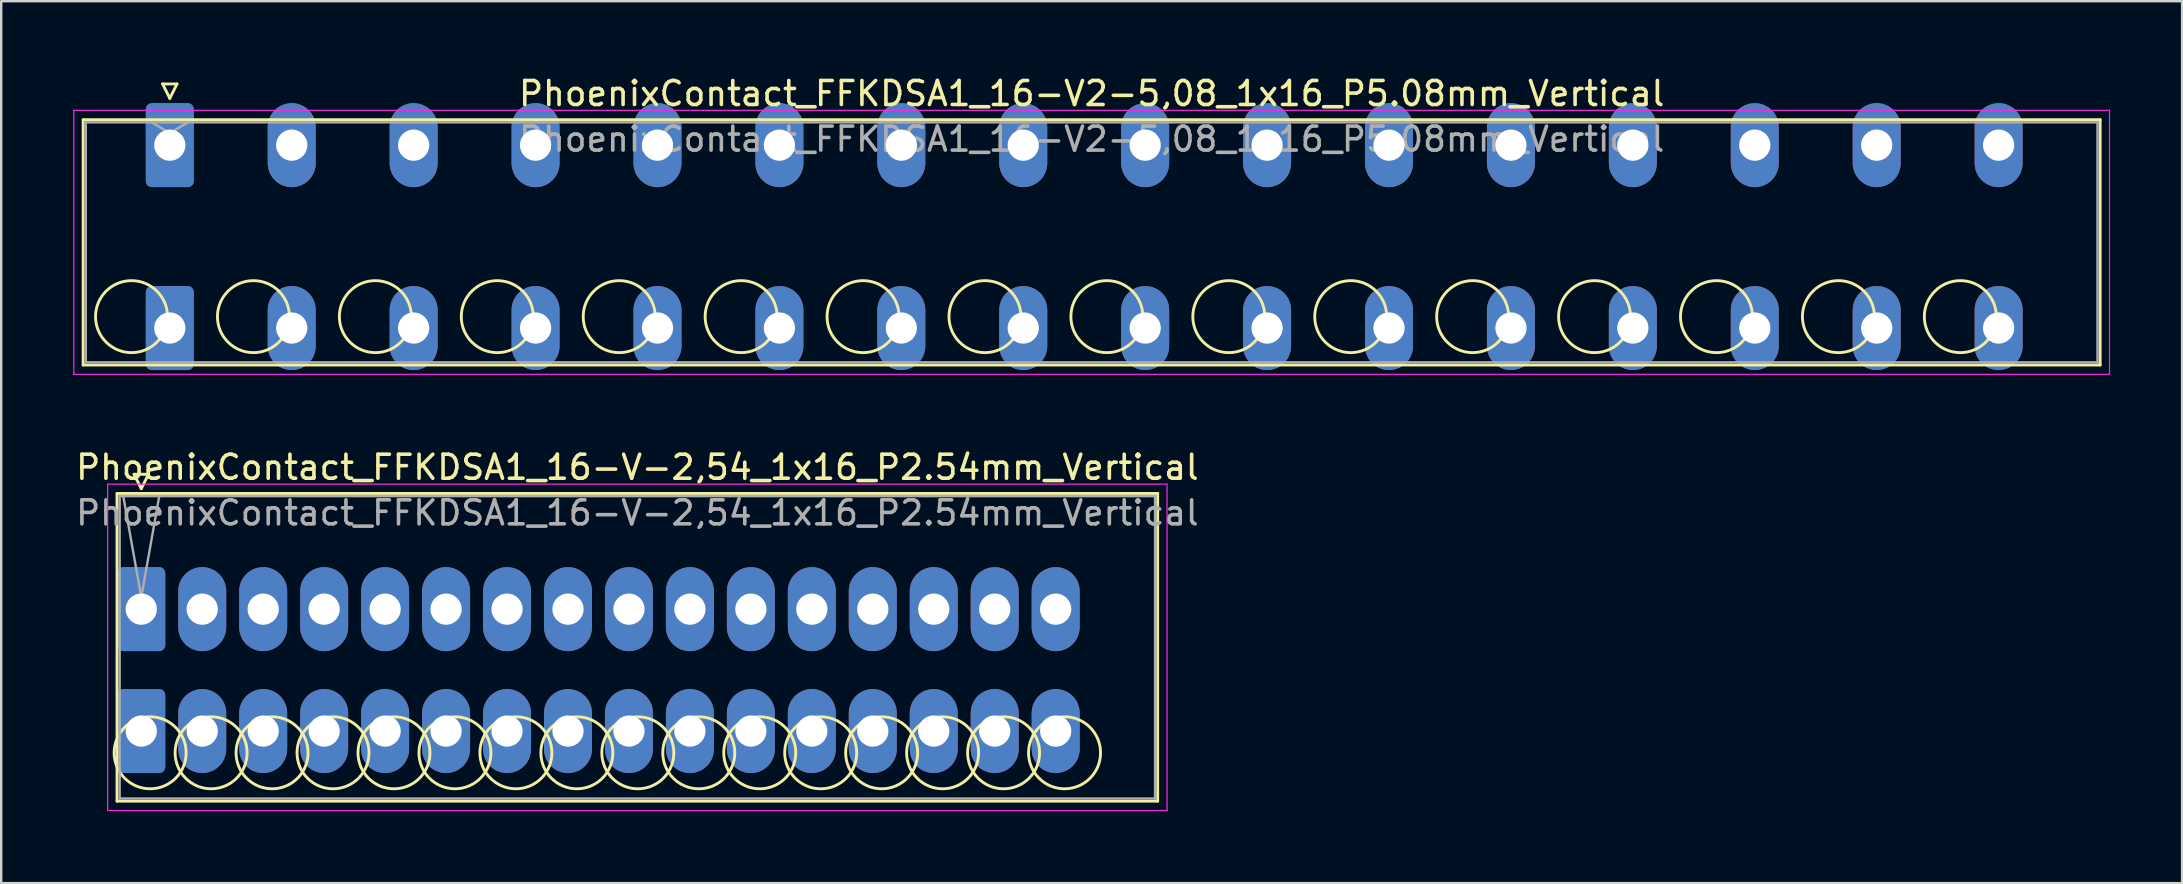
<source format=kicad_pcb>
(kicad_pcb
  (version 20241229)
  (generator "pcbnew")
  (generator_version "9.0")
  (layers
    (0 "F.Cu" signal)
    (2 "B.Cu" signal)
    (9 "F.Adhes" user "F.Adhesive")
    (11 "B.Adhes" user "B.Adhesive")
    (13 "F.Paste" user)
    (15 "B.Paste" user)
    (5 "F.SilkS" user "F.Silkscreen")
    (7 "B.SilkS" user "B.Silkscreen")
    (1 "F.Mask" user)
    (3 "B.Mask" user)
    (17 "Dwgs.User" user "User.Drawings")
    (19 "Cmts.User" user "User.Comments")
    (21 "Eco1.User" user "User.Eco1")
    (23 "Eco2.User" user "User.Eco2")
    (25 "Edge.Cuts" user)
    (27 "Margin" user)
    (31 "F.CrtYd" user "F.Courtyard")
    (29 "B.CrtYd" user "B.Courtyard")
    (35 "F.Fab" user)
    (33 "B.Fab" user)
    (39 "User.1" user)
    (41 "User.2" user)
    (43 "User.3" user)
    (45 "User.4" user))
  (footprint "PhoenixContact_FFKDSA1_16-V-2,54_1x16_P2.54mm_Vertical"
    (layer "F.Cu")
    (at 2.836 22.331)
    (property "Reference" "PhoenixContact_FFKDSA1_16-V-2,54_1x16_P2.54mm_Vertical" (at 20.67 -5.91 0) (layer "F.SilkS") (effects (font (size 1 1) (thickness 0.15))))
    (attr through_hole)
    (fp_line (start -1.01 -4.82) (end -1.01 8) (stroke (width 0.12) (type solid)) (layer "F.SilkS"))
    (fp_line (start -1.01 8) (end 42.35 8) (stroke (width 0.12) (type solid)) (layer "F.SilkS"))
    (fp_line (start -0.3 -5.62) (end 0.3 -5.62) (stroke (width 0.12) (type solid)) (layer "F.SilkS"))
    (fp_line (start 0 -5.02) (end -0.3 -5.62) (stroke (width 0.12) (type solid)) (layer "F.SilkS"))
    (fp_line (start 0.3 -5.62) (end 0 -5.02) (stroke (width 0.12) (type solid)) (layer "F.SilkS"))
    (fp_line (start 42.35 -4.82) (end -1.01 -4.82) (stroke (width 0.12) (type solid)) (layer "F.SilkS"))
    (fp_line (start 42.35 8) (end 42.35 -4.82) (stroke (width 0.12) (type solid)) (layer "F.SilkS"))
    (fp_circle (center 0.37 5.985) (end 1.87 5.985) (stroke (width 0.12) (type solid)) (fill no) (layer "F.SilkS"))
    (fp_circle (center 2.91 5.985) (end 4.41 5.985) (stroke (width 0.12) (type solid)) (fill no) (layer "F.SilkS"))
    (fp_circle (center 5.45 5.985) (end 6.95 5.985) (stroke (width 0.12) (type solid)) (fill no) (layer "F.SilkS"))
    (fp_circle (center 7.99 5.985) (end 9.49 5.985) (stroke (width 0.12) (type solid)) (fill no) (layer "F.SilkS"))
    (fp_circle (center 10.53 5.985) (end 12.03 5.985) (stroke (width 0.12) (type solid)) (fill no) (layer "F.SilkS"))
    (fp_circle (center 13.07 5.985) (end 14.57 5.985) (stroke (width 0.12) (type solid)) (fill no) (layer "F.SilkS"))
    (fp_circle (center 15.61 5.985) (end 17.11 5.985) (stroke (width 0.12) (type solid)) (fill no) (layer "F.SilkS"))
    (fp_circle (center 18.15 5.985) (end 19.65 5.985) (stroke (width 0.12) (type solid)) (fill no) (layer "F.SilkS"))
    (fp_circle (center 20.69 5.985) (end 22.19 5.985) (stroke (width 0.12) (type solid)) (fill no) (layer "F.SilkS"))
    (fp_circle (center 23.23 5.985) (end 24.73 5.985) (stroke (width 0.12) (type solid)) (fill no) (layer "F.SilkS"))
    (fp_circle (center 25.77 5.985) (end 27.27 5.985) (stroke (width 0.12) (type solid)) (fill no) (layer "F.SilkS"))
    (fp_circle (center 28.31 5.985) (end 29.81 5.985) (stroke (width 0.12) (type solid)) (fill no) (layer "F.SilkS"))
    (fp_circle (center 30.85 5.985) (end 32.35 5.985) (stroke (width 0.12) (type solid)) (fill no) (layer "F.SilkS"))
    (fp_circle (center 33.39 5.985) (end 34.89 5.985) (stroke (width 0.12) (type solid)) (fill no) (layer "F.SilkS"))
    (fp_circle (center 35.93 5.985) (end 37.43 5.985) (stroke (width 0.12) (type solid)) (fill no) (layer "F.SilkS"))
    (fp_circle (center 38.47 5.985) (end 39.97 5.985) (stroke (width 0.12) (type solid)) (fill no) (layer "F.SilkS"))
    (fp_line (start -1.4 -5.21) (end -1.4 8.39) (stroke (width 0.05) (type solid)) (layer "F.CrtYd"))
    (fp_line (start -1.4 8.39) (end 42.74 8.39) (stroke (width 0.05) (type solid)) (layer "F.CrtYd"))
    (fp_line (start 42.74 -5.21) (end -1.4 -5.21) (stroke (width 0.05) (type solid)) (layer "F.CrtYd"))
    (fp_line (start 42.74 8.39) (end 42.74 -5.21) (stroke (width 0.05) (type solid)) (layer "F.CrtYd"))
    (fp_line (start -0.9 -4.71) (end -0.9 7.89) (stroke (width 0.1) (type solid)) (layer "F.Fab"))
    (fp_line (start -0.9 7.89) (end 42.24 7.89) (stroke (width 0.1) (type solid)) (layer "F.Fab"))
    (fp_line (start 0 -0.5) (end -0.75 -4.71) (stroke (width 0.1) (type solid)) (layer "F.Fab"))
    (fp_line (start 0.75 -4.71) (end 0 -0.5) (stroke (width 0.1) (type solid)) (layer "F.Fab"))
    (fp_line (start 42.24 -4.71) (end -0.9 -4.71) (stroke (width 0.1) (type solid)) (layer "F.Fab"))
    (fp_line (start 42.24 7.89) (end 42.24 -4.71) (stroke (width 0.1) (type solid)) (layer "F.Fab"))
    (fp_text user "${REFERENCE}" (at 20.67 -4.01 0) (layer "F.Fab") (effects (font (size 1 1) (thickness 0.15))))
    (pad "1" thru_hole roundrect (at 0 0) (size 2 3.5) (drill 1.3) (layers "*.Cu" "*.Mask") (roundrect_rratio 0.125))
    (pad "1" thru_hole roundrect (at 0 5.08) (size 2 3.5) (drill 1.3) (layers "*.Cu" "*.Mask") (roundrect_rratio 0.125))
    (pad "2" thru_hole oval (at 2.54 0) (size 2 3.5) (drill 1.3) (layers "*.Cu" "*.Mask"))
    (pad "2" thru_hole oval (at 2.54 5.08) (size 2 3.5) (drill 1.3) (layers "*.Cu" "*.Mask"))
    (pad "3" thru_hole oval (at 5.08 0) (size 2 3.5) (drill 1.3) (layers "*.Cu" "*.Mask"))
    (pad "3" thru_hole oval (at 5.08 5.08) (size 2 3.5) (drill 1.3) (layers "*.Cu" "*.Mask"))
    (pad "4" thru_hole oval (at 7.62 0) (size 2 3.5) (drill 1.3) (layers "*.Cu" "*.Mask"))
    (pad "4" thru_hole oval (at 7.62 5.08) (size 2 3.5) (drill 1.3) (layers "*.Cu" "*.Mask"))
    (pad "5" thru_hole oval (at 10.16 0) (size 2 3.5) (drill 1.3) (layers "*.Cu" "*.Mask"))
    (pad "5" thru_hole oval (at 10.16 5.08) (size 2 3.5) (drill 1.3) (layers "*.Cu" "*.Mask"))
    (pad "6" thru_hole oval (at 12.7 0) (size 2 3.5) (drill 1.3) (layers "*.Cu" "*.Mask"))
    (pad "6" thru_hole oval (at 12.7 5.08) (size 2 3.5) (drill 1.3) (layers "*.Cu" "*.Mask"))
    (pad "7" thru_hole oval (at 15.24 0) (size 2 3.5) (drill 1.3) (layers "*.Cu" "*.Mask"))
    (pad "7" thru_hole oval (at 15.24 5.08) (size 2 3.5) (drill 1.3) (layers "*.Cu" "*.Mask"))
    (pad "8" thru_hole oval (at 17.78 0) (size 2 3.5) (drill 1.3) (layers "*.Cu" "*.Mask"))
    (pad "8" thru_hole oval (at 17.78 5.08) (size 2 3.5) (drill 1.3) (layers "*.Cu" "*.Mask"))
    (pad "9" thru_hole oval (at 20.32 0) (size 2 3.5) (drill 1.3) (layers "*.Cu" "*.Mask"))
    (pad "9" thru_hole oval (at 20.32 5.08) (size 2 3.5) (drill 1.3) (layers "*.Cu" "*.Mask"))
    (pad "10" thru_hole oval (at 22.86 0) (size 2 3.5) (drill 1.3) (layers "*.Cu" "*.Mask"))
    (pad "10" thru_hole oval (at 22.86 5.08) (size 2 3.5) (drill 1.3) (layers "*.Cu" "*.Mask"))
    (pad "11" thru_hole oval (at 25.4 0) (size 2 3.5) (drill 1.3) (layers "*.Cu" "*.Mask"))
    (pad "11" thru_hole oval (at 25.4 5.08) (size 2 3.5) (drill 1.3) (layers "*.Cu" "*.Mask"))
    (pad "12" thru_hole oval (at 27.94 0) (size 2 3.5) (drill 1.3) (layers "*.Cu" "*.Mask"))
    (pad "12" thru_hole oval (at 27.94 5.08) (size 2 3.5) (drill 1.3) (layers "*.Cu" "*.Mask"))
    (pad "13" thru_hole oval (at 30.48 0) (size 2 3.5) (drill 1.3) (layers "*.Cu" "*.Mask"))
    (pad "13" thru_hole oval (at 30.48 5.08) (size 2 3.5) (drill 1.3) (layers "*.Cu" "*.Mask"))
    (pad "14" thru_hole oval (at 33.02 0) (size 2 3.5) (drill 1.3) (layers "*.Cu" "*.Mask"))
    (pad "14" thru_hole oval (at 33.02 5.08) (size 2 3.5) (drill 1.3) (layers "*.Cu" "*.Mask"))
    (pad "15" thru_hole oval (at 35.56 0) (size 2 3.5) (drill 1.3) (layers "*.Cu" "*.Mask"))
    (pad "15" thru_hole oval (at 35.56 5.08) (size 2 3.5) (drill 1.3) (layers "*.Cu" "*.Mask"))
    (pad "16" thru_hole oval (at 38.1 0) (size 2 3.5) (drill 1.3) (layers "*.Cu" "*.Mask"))
    (pad "16" thru_hole oval (at 38.1 5.08) (size 2 3.5) (drill 1.3) (layers "*.Cu" "*.Mask")))
  (footprint "PhoenixContact_FFKDSA1_16-V2-5,08_1x16_P5.08mm_Vertical"
    (layer "F.Cu")
    (at 4.025 2.998)
    (property "Reference" "PhoenixContact_FFKDSA1_16-V2-5,08_1x16_P5.08mm_Vertical" (at 38.41 -2.15 0) (layer "F.SilkS") (effects (font (size 1 1) (thickness 0.15))))
    (attr through_hole)
    (fp_line (start -3.61 -1.06) (end -3.61 9.16) (stroke (width 0.12) (type solid)) (layer "F.SilkS"))
    (fp_line (start -3.61 9.16) (end 80.43 9.16) (stroke (width 0.12) (type solid)) (layer "F.SilkS"))
    (fp_line (start -0.3 -2.55) (end 0.3 -2.55) (stroke (width 0.12) (type solid)) (layer "F.SilkS"))
    (fp_line (start 0 -1.95) (end -0.3 -2.55) (stroke (width 0.12) (type solid)) (layer "F.SilkS"))
    (fp_line (start 0.3 -2.55) (end 0 -1.95) (stroke (width 0.12) (type solid)) (layer "F.SilkS"))
    (fp_line (start 80.43 -1.06) (end -3.61 -1.06) (stroke (width 0.12) (type solid)) (layer "F.SilkS"))
    (fp_line (start 80.43 9.16) (end 80.43 -1.06) (stroke (width 0.12) (type solid)) (layer "F.SilkS"))
    (fp_circle (center -1.595 7.145) (end -0.095 7.145) (stroke (width 0.12) (type solid)) (fill no) (layer "F.SilkS"))
    (fp_circle (center 3.485 7.145) (end 4.985 7.145) (stroke (width 0.12) (type solid)) (fill no) (layer "F.SilkS"))
    (fp_circle (center 8.565 7.145) (end 10.065 7.145) (stroke (width 0.12) (type solid)) (fill no) (layer "F.SilkS"))
    (fp_circle (center 13.645 7.145) (end 15.145 7.145) (stroke (width 0.12) (type solid)) (fill no) (layer "F.SilkS"))
    (fp_circle (center 18.725 7.145) (end 20.225 7.145) (stroke (width 0.12) (type solid)) (fill no) (layer "F.SilkS"))
    (fp_circle (center 23.805 7.145) (end 25.305 7.145) (stroke (width 0.12) (type solid)) (fill no) (layer "F.SilkS"))
    (fp_circle (center 28.885 7.145) (end 30.385 7.145) (stroke (width 0.12) (type solid)) (fill no) (layer "F.SilkS"))
    (fp_circle (center 33.965 7.145) (end 35.465 7.145) (stroke (width 0.12) (type solid)) (fill no) (layer "F.SilkS"))
    (fp_circle (center 39.045 7.145) (end 40.545 7.145) (stroke (width 0.12) (type solid)) (fill no) (layer "F.SilkS"))
    (fp_circle (center 44.125 7.145) (end 45.625 7.145) (stroke (width 0.12) (type solid)) (fill no) (layer "F.SilkS"))
    (fp_circle (center 49.205 7.145) (end 50.705 7.145) (stroke (width 0.12) (type solid)) (fill no) (layer "F.SilkS"))
    (fp_circle (center 54.285 7.145) (end 55.785 7.145) (stroke (width 0.12) (type solid)) (fill no) (layer "F.SilkS"))
    (fp_circle (center 59.365 7.145) (end 60.865 7.145) (stroke (width 0.12) (type solid)) (fill no) (layer "F.SilkS"))
    (fp_circle (center 64.445 7.145) (end 65.945 7.145) (stroke (width 0.12) (type solid)) (fill no) (layer "F.SilkS"))
    (fp_circle (center 69.525 7.145) (end 71.025 7.145) (stroke (width 0.12) (type solid)) (fill no) (layer "F.SilkS"))
    (fp_circle (center 74.605 7.145) (end 76.105 7.145) (stroke (width 0.12) (type solid)) (fill no) (layer "F.SilkS"))
    (fp_line (start -4 -1.45) (end -4 9.55) (stroke (width 0.05) (type solid)) (layer "F.CrtYd"))
    (fp_line (start -4 9.55) (end 80.82 9.55) (stroke (width 0.05) (type solid)) (layer "F.CrtYd"))
    (fp_line (start 80.82 -1.45) (end -4 -1.45) (stroke (width 0.05) (type solid)) (layer "F.CrtYd"))
    (fp_line (start 80.82 9.55) (end 80.82 -1.45) (stroke (width 0.05) (type solid)) (layer "F.CrtYd"))
    (fp_line (start -3.5 -0.95) (end -3.5 9.05) (stroke (width 0.1) (type solid)) (layer "F.Fab"))
    (fp_line (start -3.5 9.05) (end 80.32 9.05) (stroke (width 0.1) (type solid)) (layer "F.Fab"))
    (fp_line (start 0 -0.5) (end -0.75 -0.95) (stroke (width 0.1) (type solid)) (layer "F.Fab"))
    (fp_line (start 0.75 -0.95) (end 0 -0.5) (stroke (width 0.1) (type solid)) (layer "F.Fab"))
    (fp_line (start 80.32 -0.95) (end -3.5 -0.95) (stroke (width 0.1) (type solid)) (layer "F.Fab"))
    (fp_line (start 80.32 9.05) (end 80.32 -0.95) (stroke (width 0.1) (type solid)) (layer "F.Fab"))
    (fp_text user "${REFERENCE}" (at 38.41 -0.25 0) (layer "F.Fab") (effects (font (size 1 1) (thickness 0.15))))
    (pad "1" thru_hole roundrect (at 0 0) (size 2 3.5) (drill 1.3) (layers "*.Cu" "*.Mask") (roundrect_rratio 0.125))
    (pad "1" thru_hole roundrect (at 0 7.62) (size 2 3.5) (drill 1.3) (layers "*.Cu" "*.Mask") (roundrect_rratio 0.125))
    (pad "2" thru_hole oval (at 5.08 0) (size 2 3.5) (drill 1.3) (layers "*.Cu" "*.Mask"))
    (pad "2" thru_hole oval (at 5.08 7.62) (size 2 3.5) (drill 1.3) (layers "*.Cu" "*.Mask"))
    (pad "3" thru_hole oval (at 10.16 0) (size 2 3.5) (drill 1.3) (layers "*.Cu" "*.Mask"))
    (pad "3" thru_hole oval (at 10.16 7.62) (size 2 3.5) (drill 1.3) (layers "*.Cu" "*.Mask"))
    (pad "4" thru_hole oval (at 15.24 0) (size 2 3.5) (drill 1.3) (layers "*.Cu" "*.Mask"))
    (pad "4" thru_hole oval (at 15.24 7.62) (size 2 3.5) (drill 1.3) (layers "*.Cu" "*.Mask"))
    (pad "5" thru_hole oval (at 20.32 0) (size 2 3.5) (drill 1.3) (layers "*.Cu" "*.Mask"))
    (pad "5" thru_hole oval (at 20.32 7.62) (size 2 3.5) (drill 1.3) (layers "*.Cu" "*.Mask"))
    (pad "6" thru_hole oval (at 25.4 0) (size 2 3.5) (drill 1.3) (layers "*.Cu" "*.Mask"))
    (pad "6" thru_hole oval (at 25.4 7.62) (size 2 3.5) (drill 1.3) (layers "*.Cu" "*.Mask"))
    (pad "7" thru_hole oval (at 30.48 0) (size 2 3.5) (drill 1.3) (layers "*.Cu" "*.Mask"))
    (pad "7" thru_hole oval (at 30.48 7.62) (size 2 3.5) (drill 1.3) (layers "*.Cu" "*.Mask"))
    (pad "8" thru_hole oval (at 35.56 0) (size 2 3.5) (drill 1.3) (layers "*.Cu" "*.Mask"))
    (pad "8" thru_hole oval (at 35.56 7.62) (size 2 3.5) (drill 1.3) (layers "*.Cu" "*.Mask"))
    (pad "9" thru_hole oval (at 40.64 0) (size 2 3.5) (drill 1.3) (layers "*.Cu" "*.Mask"))
    (pad "9" thru_hole oval (at 40.64 7.62) (size 2 3.5) (drill 1.3) (layers "*.Cu" "*.Mask"))
    (pad "10" thru_hole oval (at 45.72 0) (size 2 3.5) (drill 1.3) (layers "*.Cu" "*.Mask"))
    (pad "10" thru_hole oval (at 45.72 7.62) (size 2 3.5) (drill 1.3) (layers "*.Cu" "*.Mask"))
    (pad "11" thru_hole oval (at 50.8 0) (size 2 3.5) (drill 1.3) (layers "*.Cu" "*.Mask"))
    (pad "11" thru_hole oval (at 50.8 7.62) (size 2 3.5) (drill 1.3) (layers "*.Cu" "*.Mask"))
    (pad "12" thru_hole oval (at 55.88 0) (size 2 3.5) (drill 1.3) (layers "*.Cu" "*.Mask"))
    (pad "12" thru_hole oval (at 55.88 7.62) (size 2 3.5) (drill 1.3) (layers "*.Cu" "*.Mask"))
    (pad "13" thru_hole oval (at 60.96 0) (size 2 3.5) (drill 1.3) (layers "*.Cu" "*.Mask"))
    (pad "13" thru_hole oval (at 60.96 7.62) (size 2 3.5) (drill 1.3) (layers "*.Cu" "*.Mask"))
    (pad "14" thru_hole oval (at 66.04 0) (size 2 3.5) (drill 1.3) (layers "*.Cu" "*.Mask"))
    (pad "14" thru_hole oval (at 66.04 7.62) (size 2 3.5) (drill 1.3) (layers "*.Cu" "*.Mask"))
    (pad "15" thru_hole oval (at 71.12 0) (size 2 3.5) (drill 1.3) (layers "*.Cu" "*.Mask"))
    (pad "15" thru_hole oval (at 71.12 7.62) (size 2 3.5) (drill 1.3) (layers "*.Cu" "*.Mask"))
    (pad "16" thru_hole oval (at 76.2 0) (size 2 3.5) (drill 1.3) (layers "*.Cu" "*.Mask"))
    (pad "16" thru_hole oval (at 76.2 7.62) (size 2 3.5) (drill 1.3) (layers "*.Cu" "*.Mask")))
  (gr_rect
    (start -3 -3)
    (end 87.87 33.746)
    (stroke (width 0.1) (type default))
    (fill no)
    (layer "Edge.Cuts")))
</source>
